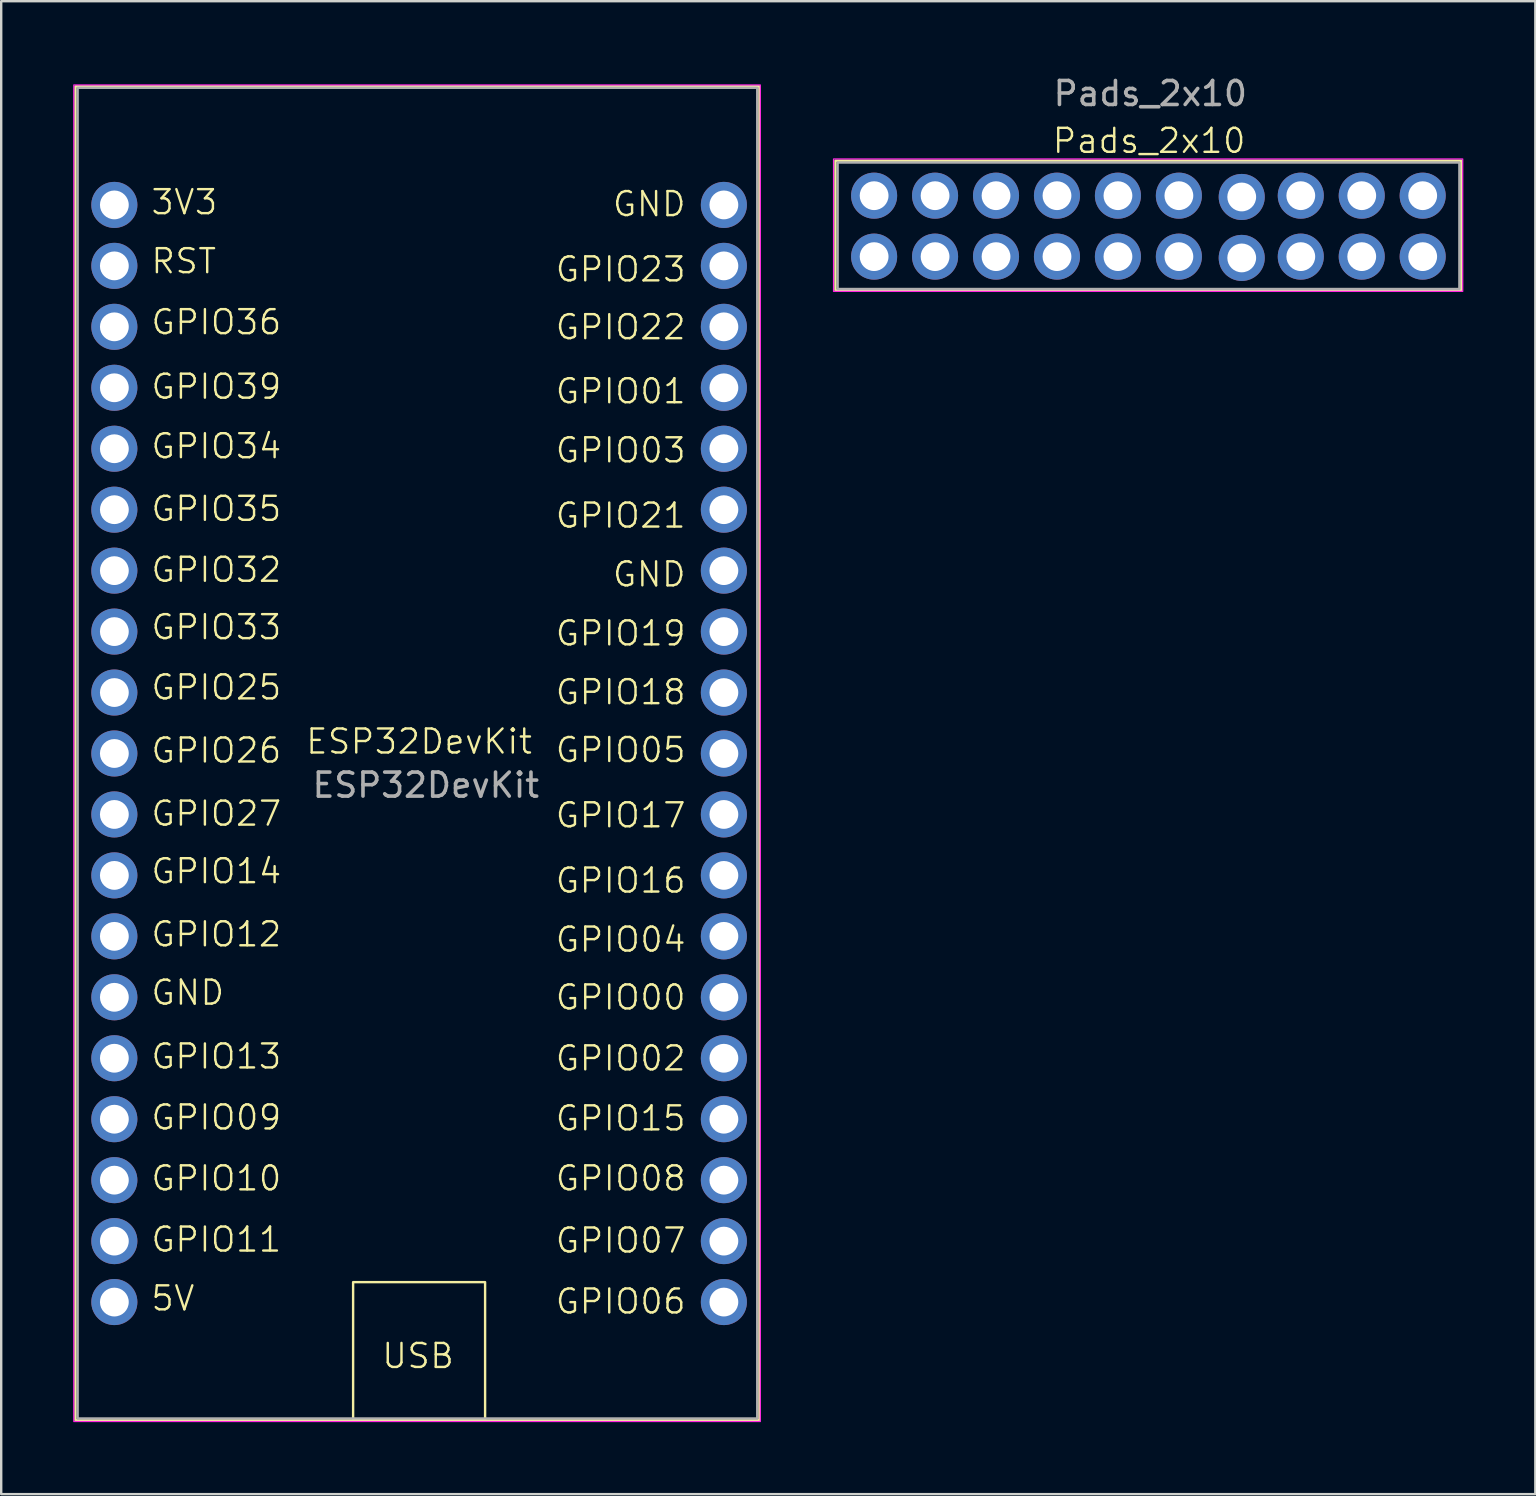
<source format=kicad_pcb>
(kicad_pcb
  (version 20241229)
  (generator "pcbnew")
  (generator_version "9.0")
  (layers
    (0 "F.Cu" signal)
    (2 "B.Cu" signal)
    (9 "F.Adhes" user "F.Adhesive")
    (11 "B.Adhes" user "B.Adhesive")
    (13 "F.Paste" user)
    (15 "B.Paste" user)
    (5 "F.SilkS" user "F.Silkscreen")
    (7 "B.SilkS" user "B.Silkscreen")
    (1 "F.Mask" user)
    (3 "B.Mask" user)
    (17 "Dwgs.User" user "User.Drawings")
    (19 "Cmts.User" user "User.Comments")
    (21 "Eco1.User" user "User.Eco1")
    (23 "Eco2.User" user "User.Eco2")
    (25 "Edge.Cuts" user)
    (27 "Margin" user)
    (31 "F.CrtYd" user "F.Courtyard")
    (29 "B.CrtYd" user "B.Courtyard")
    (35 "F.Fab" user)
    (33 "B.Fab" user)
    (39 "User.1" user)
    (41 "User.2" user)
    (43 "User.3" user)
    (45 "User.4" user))
  (footprint "ESP32DevKit"
    (layer "F.Cu")
    (at 14.415 28.349)
    (property "Reference" "ESP32DevKit" (at 0 -0.5 0) (unlocked yes) (layer "F.SilkS") (effects (font (size 1 1) (thickness 0.1))))
    (attr through_hole)
    (fp_rect (start -14.32 -27.8) (end 14.18 27.79) (stroke (width 0.1) (type default)) (fill no) (layer "F.SilkS"))
    (fp_rect (start -2.75 22.03) (end 2.75 27.77) (stroke (width 0.1) (type default)) (fill no) (layer "F.SilkS"))
    (fp_rect (start -14.39 -27.86) (end 14.22 27.84) (stroke (width 0.05) (type default)) (fill no) (layer "F.CrtYd"))
    (fp_rect (start -14.23 -27.74) (end 14.09 27.71) (stroke (width 0.1) (type solid)) (fill no) (layer "F.Fab"))
    (fp_text user "GPIO34" (at -11.23 -12.22 0) (unlocked yes) (layer "F.SilkS") (effects (font (size 1 1) (thickness 0.1)) (justify left bottom)))
    (fp_text user "GPIO04" (at 5.619 8.34 0) (unlocked yes) (layer "F.SilkS") (effects (font (size 1 1) (thickness 0.1)) (justify left bottom)))
    (fp_text user "GPIO01" (at 5.619 -14.51 0) (unlocked yes) (layer "F.SilkS") (effects (font (size 1 1) (thickness 0.1)) (justify left bottom)))
    (fp_text user "GND" (at -11.23 10.55 0) (unlocked yes) (layer "F.SilkS") (effects (font (size 1 1) (thickness 0.1)) (justify left bottom)))
    (fp_text user "GPIO39" (at -11.23 -14.7 0) (unlocked yes) (layer "F.SilkS") (effects (font (size 1 1) (thickness 0.1)) (justify left bottom)))
    (fp_text user "GPIO16" (at 5.619 5.88 0) (unlocked yes) (layer "F.SilkS") (effects (font (size 1 1) (thickness 0.1)) (justify left bottom)))
    (fp_text user "GPIO35" (at -11.23 -9.61 0) (unlocked yes) (layer "F.SilkS") (effects (font (size 1 1) (thickness 0.1)) (justify left bottom)))
    (fp_text user "GPIO02" (at 5.619 13.29 0) (unlocked yes) (layer "F.SilkS") (effects (font (size 1 1) (thickness 0.1)) (justify left bottom)))
    (fp_text user "GPIO11" (at -11.23 20.84 0) (unlocked yes) (layer "F.SilkS") (effects (font (size 1 1) (thickness 0.1)) (justify left bottom)))
    (fp_text user "GPIO07" (at 5.619 20.88 0) (unlocked yes) (layer "F.SilkS") (effects (font (size 1 1) (thickness 0.1)) (justify left bottom)))
    (fp_text user "GPIO25" (at -11.23 -2.17 0) (unlocked yes) (layer "F.SilkS") (effects (font (size 1 1) (thickness 0.1)) (justify left bottom)))
    (fp_text user "3V3" (at -11.23 -22.39 0) (unlocked yes) (layer "F.SilkS") (effects (font (size 1 1) (thickness 0.1)) (justify left bottom)))
    (fp_text user "GPIO00" (at 5.619 10.75 0) (unlocked yes) (layer "F.SilkS") (effects (font (size 1 1) (thickness 0.1)) (justify left bottom)))
    (fp_text user "GPIO05" (at 5.619 0.44 0) (unlocked yes) (layer "F.SilkS") (effects (font (size 1 1) (thickness 0.1)) (justify left bottom)))
    (fp_text user "GPIO18" (at 5.619 -1.97 0) (unlocked yes) (layer "F.SilkS") (effects (font (size 1 1) (thickness 0.1)) (justify left bottom)))
    (fp_text user "GPIO08" (at 5.619 18.29 0) (unlocked yes) (layer "F.SilkS") (effects (font (size 1 1) (thickness 0.1)) (justify left bottom)))
    (fp_text user "GPIO14" (at -11.23 5.49 0) (unlocked yes) (layer "F.SilkS") (effects (font (size 1 1) (thickness 0.1)) (justify left bottom)))
    (fp_text user "GPIO26" (at -11.23 0.46 0) (unlocked yes) (layer "F.SilkS") (effects (font (size 1 1) (thickness 0.1)) (justify left bottom)))
    (fp_text user "GPIO06" (at 5.619 23.42 0) (unlocked yes) (layer "F.SilkS") (effects (font (size 1 1) (thickness 0.1)) (justify left bottom)))
    (fp_text user "GND" (at 8 -22.31 0) (unlocked yes) (layer "F.SilkS") (effects (font (size 1 1) (thickness 0.1)) (justify left bottom)))
    (fp_text user "GPIO17" (at 5.619 3.16 0) (unlocked yes) (layer "F.SilkS") (effects (font (size 1 1) (thickness 0.1)) (justify left bottom)))
    (fp_text user "RST" (at -11.23 -19.93 0) (unlocked yes) (layer "F.SilkS") (effects (font (size 1 1) (thickness 0.1)) (justify left bottom)))
    (fp_text user "5V" (at -11.23 23.29 0) (unlocked yes) (layer "F.SilkS") (effects (font (size 1 1) (thickness 0.1)) (justify left bottom)))
    (fp_text user "GPIO21" (at 5.619 -9.33 0) (unlocked yes) (layer "F.SilkS") (effects (font (size 1 1) (thickness 0.1)) (justify left bottom)))
    (fp_text user "GPIO33" (at -11.23 -4.68 0) (unlocked yes) (layer "F.SilkS") (effects (font (size 1 1) (thickness 0.1)) (justify left bottom)))
    (fp_text user "GPIO03" (at 5.619 -12.05 0) (unlocked yes) (layer "F.SilkS") (effects (font (size 1 1) (thickness 0.1)) (justify left bottom)))
    (fp_text user "GPIO36" (at -11.23 -17.39 0) (unlocked yes) (layer "F.SilkS") (effects (font (size 1 1) (thickness 0.1)) (justify left bottom)))
    (fp_text user "USB" (at -1.61 25.69 0) (unlocked yes) (layer "F.SilkS") (effects (font (size 1 1) (thickness 0.1)) (justify left bottom)))
    (fp_text user "GPIO23" (at 5.619 -19.59 0) (unlocked yes) (layer "F.SilkS") (effects (font (size 1 1) (thickness 0.1)) (justify left bottom)))
    (fp_text user "GPIO32" (at -11.23 -7.07 0) (unlocked yes) (layer "F.SilkS") (effects (font (size 1 1) (thickness 0.1)) (justify left bottom)))
    (fp_text user "GND" (at 8 -6.88 0) (unlocked yes) (layer "F.SilkS") (effects (font (size 1 1) (thickness 0.1)) (justify left bottom)))
    (fp_text user "GPIO13" (at -11.23 13.21 0) (unlocked yes) (layer "F.SilkS") (effects (font (size 1 1) (thickness 0.1)) (justify left bottom)))
    (fp_text user "GPIO15" (at 5.619 15.79 0) (unlocked yes) (layer "F.SilkS") (effects (font (size 1 1) (thickness 0.1)) (justify left bottom)))
    (fp_text user "GPIO22" (at 5.619 -17.18 0) (unlocked yes) (layer "F.SilkS") (effects (font (size 1 1) (thickness 0.1)) (justify left bottom)))
    (fp_text user "GPIO12" (at -11.23 8.12 0) (unlocked yes) (layer "F.SilkS") (effects (font (size 1 1) (thickness 0.1)) (justify left bottom)))
    (fp_text user "GPIO19" (at 5.619 -4.42 0) (unlocked yes) (layer "F.SilkS") (effects (font (size 1 1) (thickness 0.1)) (justify left bottom)))
    (fp_text user "GPIO27" (at -11.23 3.09 0) (unlocked yes) (layer "F.SilkS") (effects (font (size 1 1) (thickness 0.1)) (justify left bottom)))
    (fp_text user "GPIO09" (at -11.23 15.75 0) (unlocked yes) (layer "F.SilkS") (effects (font (size 1 1) (thickness 0.1)) (justify left bottom)))
    (fp_text user "GPIO10" (at -11.23 18.29 0) (unlocked yes) (layer "F.SilkS") (effects (font (size 1 1) (thickness 0.1)) (justify left bottom)))
    (fp_text user "${REFERENCE}" (at 0.28 1.32 0) (unlocked yes) (layer "F.Fab") (effects (font (size 1 1) (thickness 0.15))))
    (pad "1" thru_hole circle (at -12.7 -22.86) (size 1.92 1.92) (drill 1.2) (layers "*.Cu" "*.Mask"))
    (pad "2" thru_hole circle (at -12.7 -20.32) (size 1.92 1.92) (drill 1.2) (layers "*.Cu" "*.Mask"))
    (pad "3" thru_hole circle (at -12.7 -17.78) (size 1.92 1.92) (drill 1.2) (layers "*.Cu" "*.Mask"))
    (pad "4" thru_hole circle (at -12.7 -15.24) (size 1.92 1.92) (drill 1.2) (layers "*.Cu" "*.Mask"))
    (pad "5" thru_hole circle (at -12.7 -12.7) (size 1.92 1.92) (drill 1.2) (layers "*.Cu" "*.Mask"))
    (pad "6" thru_hole circle (at -12.7 -10.16) (size 1.92 1.92) (drill 1.2) (layers "*.Cu" "*.Mask"))
    (pad "7" thru_hole circle (at -12.7 -7.62) (size 1.92 1.92) (drill 1.2) (layers "*.Cu" "*.Mask"))
    (pad "8" thru_hole circle (at -12.7 -5.08) (size 1.92 1.92) (drill 1.2) (layers "*.Cu" "*.Mask"))
    (pad "9" thru_hole circle (at -12.7 -2.54) (size 1.92 1.92) (drill 1.2) (layers "*.Cu" "*.Mask"))
    (pad "10" thru_hole circle (at -12.7 0) (size 1.92 1.92) (drill 1.2) (layers "*.Cu" "*.Mask"))
    (pad "11" thru_hole circle (at -12.7 2.54) (size 1.92 1.92) (drill 1.2) (layers "*.Cu" "*.Mask"))
    (pad "12" thru_hole circle (at -12.7 5.08) (size 1.92 1.92) (drill 1.2) (layers "*.Cu" "*.Mask"))
    (pad "13" thru_hole circle (at -12.7 7.62) (size 1.92 1.92) (drill 1.2) (layers "*.Cu" "*.Mask"))
    (pad "14" thru_hole circle (at -12.7 10.16) (size 1.92 1.92) (drill 1.2) (layers "*.Cu" "*.Mask"))
    (pad "15" thru_hole circle (at -12.7 12.7) (size 1.92 1.92) (drill 1.2) (layers "*.Cu" "*.Mask"))
    (pad "16" thru_hole circle (at -12.7 15.24) (size 1.92 1.92) (drill 1.2) (layers "*.Cu" "*.Mask"))
    (pad "17" thru_hole circle (at -12.7 17.78) (size 1.92 1.92) (drill 1.2) (layers "*.Cu" "*.Mask"))
    (pad "18" thru_hole circle (at -12.7 20.32) (size 1.92 1.92) (drill 1.2) (layers "*.Cu" "*.Mask"))
    (pad "19" thru_hole circle (at -12.7 22.86) (size 1.92 1.92) (drill 1.2) (layers "*.Cu" "*.Mask"))
    (pad "20" thru_hole circle (at 12.7 -22.86) (size 1.92 1.92) (drill 1.2) (layers "*.Cu" "*.Mask"))
    (pad "21" thru_hole circle (at 12.7 -20.32) (size 1.92 1.92) (drill 1.2) (layers "*.Cu" "*.Mask"))
    (pad "22" thru_hole circle (at 12.7 -17.78) (size 1.92 1.92) (drill 1.2) (layers "*.Cu" "*.Mask"))
    (pad "23" thru_hole circle (at 12.7 -15.24) (size 1.92 1.92) (drill 1.2) (layers "*.Cu" "*.Mask"))
    (pad "24" thru_hole circle (at 12.7 -12.7) (size 1.92 1.92) (drill 1.2) (layers "*.Cu" "*.Mask"))
    (pad "25" thru_hole circle (at 12.7 -10.16) (size 1.92 1.92) (drill 1.2) (layers "*.Cu" "*.Mask"))
    (pad "26" thru_hole circle (at 12.7 -7.62) (size 1.92 1.92) (drill 1.2) (layers "*.Cu" "*.Mask"))
    (pad "27" thru_hole circle (at 12.7 -5.08) (size 1.92 1.92) (drill 1.2) (layers "*.Cu" "*.Mask"))
    (pad "28" thru_hole circle (at 12.7 -2.54) (size 1.92 1.92) (drill 1.2) (layers "*.Cu" "*.Mask"))
    (pad "29" thru_hole circle (at 12.7 0) (size 1.92 1.92) (drill 1.2) (layers "*.Cu" "*.Mask"))
    (pad "30" thru_hole circle (at 12.7 2.54) (size 1.92 1.92) (drill 1.2) (layers "*.Cu" "*.Mask"))
    (pad "31" thru_hole circle (at 12.7 5.08) (size 1.92 1.92) (drill 1.2) (layers "*.Cu" "*.Mask"))
    (pad "32" thru_hole circle (at 12.7 7.62) (size 1.92 1.92) (drill 1.2) (layers "*.Cu" "*.Mask"))
    (pad "33" thru_hole circle (at 12.7 10.16) (size 1.92 1.92) (drill 1.2) (layers "*.Cu" "*.Mask"))
    (pad "34" thru_hole circle (at 12.7 12.7) (size 1.92 1.92) (drill 1.2) (layers "*.Cu" "*.Mask"))
    (pad "35" thru_hole circle (at 12.7 15.24) (size 1.92 1.92) (drill 1.2) (layers "*.Cu" "*.Mask"))
    (pad "36" thru_hole circle (at 12.7 17.78) (size 1.92 1.92) (drill 1.2) (layers "*.Cu" "*.Mask"))
    (pad "37" thru_hole circle (at 12.7 20.32) (size 1.92 1.92) (drill 1.2) (layers "*.Cu" "*.Mask"))
    (pad "38" thru_hole circle (at 12.7 22.86) (size 1.92 1.92) (drill 1.2) (layers "*.Cu" "*.Mask"))
    (zone (net_name "") (layer "F.SilkS") (hatch full 0.5) (connect_pads) (min_thickness 0.25) (filled_areas_thickness no) (keepout (tracks not_allowed) (vias not_allowed) (pads not_allowed) (copperpour allowed) (footprints allowed)) (placement (enabled no)) (fill) (polygon (pts (xy 3.405 0) (xy 25.425 0.079) (xy 25.425 7.179) (xy 3.405 7.14)))))
  (footprint "Pads_2x10"
    (layer "F.Cu")
    (at 44.845 6.478)
    (property "Reference" "Pads_2x10" (at -0.01 -3.66 0) (unlocked yes) (layer "F.SilkS") (effects (font (size 1 1) (thickness 0.1))))
    (attr through_hole)
    (fp_rect (start -13.08 -2.834) (end 13 2.576) (stroke (width 0.1) (type default)) (fill no) (layer "F.SilkS"))
    (fp_rect (start -13.16 -2.904) (end 13.06 2.616) (stroke (width 0.05) (type default)) (fill no) (layer "F.CrtYd"))
    (fp_rect (start -12.99 -2.754) (end 12.92 2.516) (stroke (width 0.1) (type default)) (fill no) (layer "F.Fab"))
    (fp_text user "${REFERENCE}" (at 0.04 -5.63 0) (unlocked yes) (layer "F.Fab") (effects (font (size 1 1) (thickness 0.15))))
    (pad "1" thru_hole circle (at -11.469 -1.374 90) (size 1.92 1.92) (drill 1.2) (layers "*.Cu" "*.Mask"))
    (pad "2" thru_hole circle (at -8.929 -1.374 90) (size 1.92 1.92) (drill 1.2) (layers "*.Cu" "*.Mask"))
    (pad "3" thru_hole circle (at -6.389 -1.374 90) (size 1.92 1.92) (drill 1.2) (layers "*.Cu" "*.Mask"))
    (pad "4" thru_hole circle (at -3.849 -1.374 90) (size 1.92 1.92) (drill 1.2) (layers "*.Cu" "*.Mask"))
    (pad "5" thru_hole circle (at -1.309 -1.374 90) (size 1.92 1.92) (drill 1.2) (layers "*.Cu" "*.Mask"))
    (pad "6" thru_hole circle (at 1.231 -1.374 90) (size 1.92 1.92) (drill 1.2) (layers "*.Cu" "*.Mask"))
    (pad "7" thru_hole circle (at 3.85 -1.32 90) (size 1.92 1.92) (drill 1.2) (layers "*.Cu" "*.Mask"))
    (pad "8" thru_hole circle (at 6.311 -1.374 90) (size 1.92 1.92) (drill 1.2) (layers "*.Cu" "*.Mask"))
    (pad "9" thru_hole circle (at 8.851 -1.374 90) (size 1.92 1.92) (drill 1.2) (layers "*.Cu" "*.Mask"))
    (pad "10" thru_hole circle (at 11.391 -1.374 90) (size 1.92 1.92) (drill 1.2) (layers "*.Cu" "*.Mask"))
    (pad "11" thru_hole circle (at -11.469 1.166 90) (size 1.92 1.92) (drill 1.2) (layers "*.Cu" "*.Mask"))
    (pad "12" thru_hole circle (at -8.929 1.166 90) (size 1.92 1.92) (drill 1.2) (layers "*.Cu" "*.Mask"))
    (pad "13" thru_hole circle (at -6.389 1.166 90) (size 1.92 1.92) (drill 1.2) (layers "*.Cu" "*.Mask"))
    (pad "14" thru_hole circle (at -3.849 1.166 90) (size 1.92 1.92) (drill 1.2) (layers "*.Cu" "*.Mask"))
    (pad "15" thru_hole circle (at -1.309 1.166 90) (size 1.92 1.92) (drill 1.2) (layers "*.Cu" "*.Mask"))
    (pad "16" thru_hole circle (at 1.231 1.166 90) (size 1.92 1.92) (drill 1.2) (layers "*.Cu" "*.Mask"))
    (pad "17" thru_hole circle (at 3.85 1.22 90) (size 1.92 1.92) (drill 1.2) (layers "*.Cu" "*.Mask"))
    (pad "18" thru_hole circle (at 6.311 1.166 90) (size 1.92 1.92) (drill 1.2) (layers "*.Cu" "*.Mask"))
    (pad "19" thru_hole circle (at 8.851 1.166 90) (size 1.92 1.92) (drill 1.2) (layers "*.Cu" "*.Mask"))
    (pad "20" thru_hole circle (at 11.391 1.166 90) (size 1.92 1.92) (drill 1.2) (layers "*.Cu" "*.Mask")))
  (gr_rect
    (start -3 -3)
    (end 60.93 59.214)
    (stroke (width 0.1) (type default))
    (fill no)
    (layer "Edge.Cuts")))
</source>
